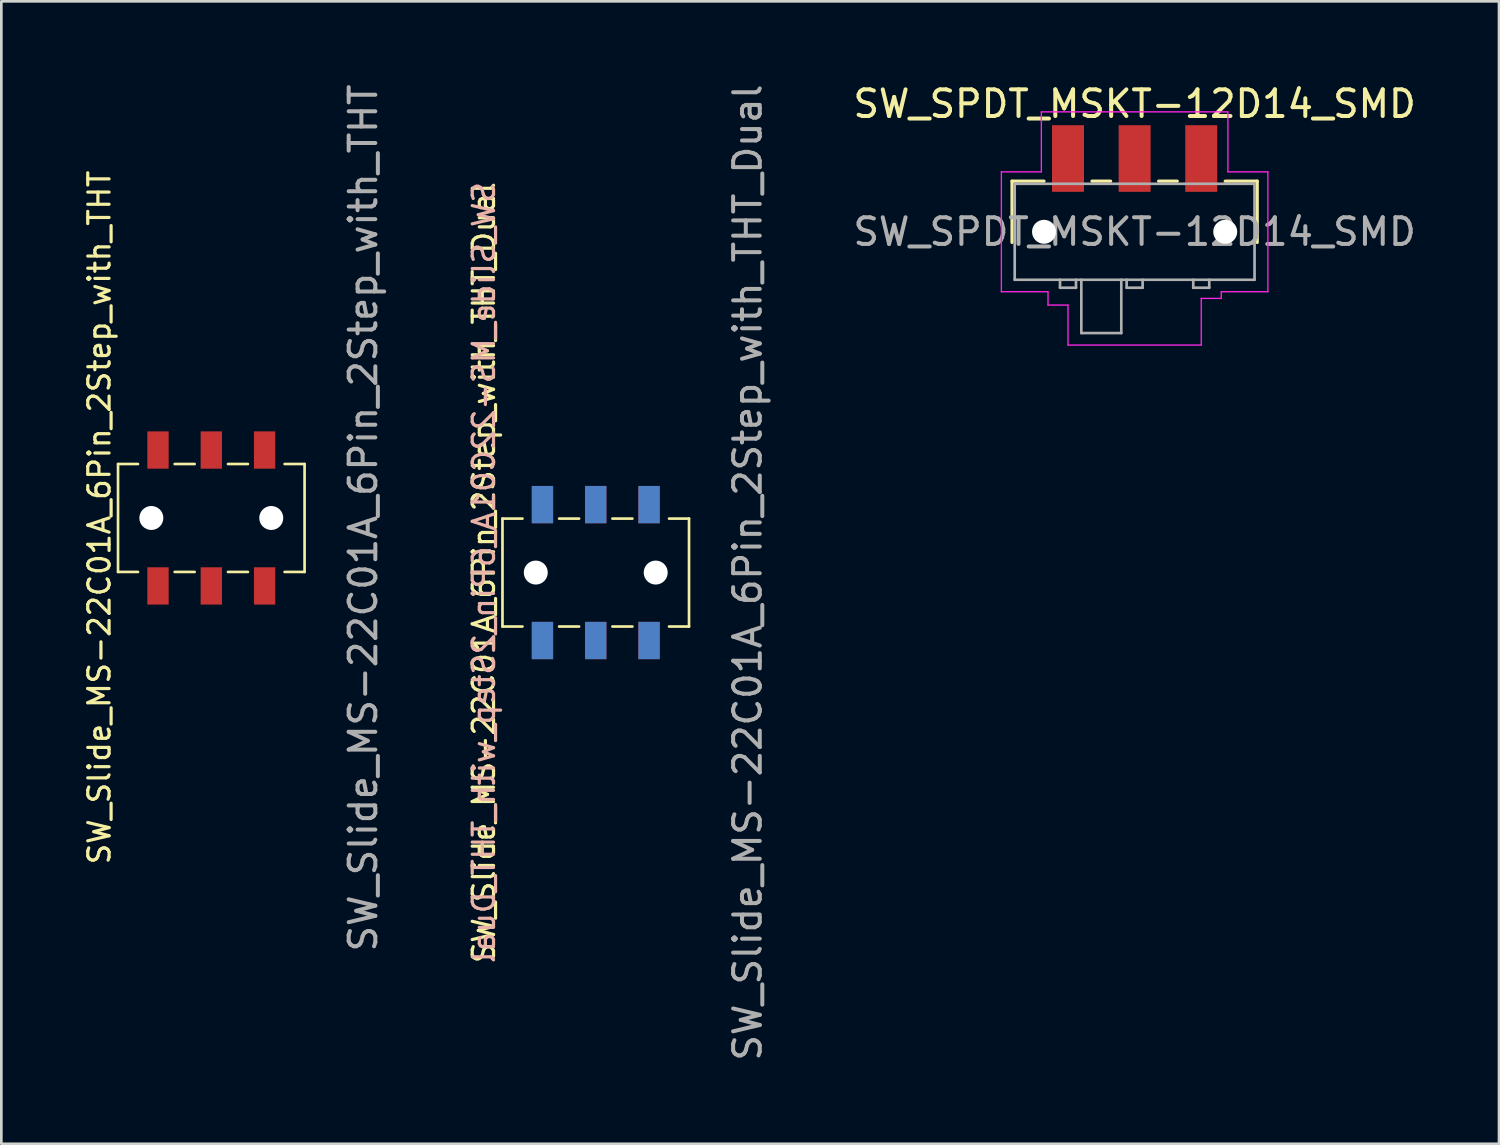
<source format=kicad_pcb>
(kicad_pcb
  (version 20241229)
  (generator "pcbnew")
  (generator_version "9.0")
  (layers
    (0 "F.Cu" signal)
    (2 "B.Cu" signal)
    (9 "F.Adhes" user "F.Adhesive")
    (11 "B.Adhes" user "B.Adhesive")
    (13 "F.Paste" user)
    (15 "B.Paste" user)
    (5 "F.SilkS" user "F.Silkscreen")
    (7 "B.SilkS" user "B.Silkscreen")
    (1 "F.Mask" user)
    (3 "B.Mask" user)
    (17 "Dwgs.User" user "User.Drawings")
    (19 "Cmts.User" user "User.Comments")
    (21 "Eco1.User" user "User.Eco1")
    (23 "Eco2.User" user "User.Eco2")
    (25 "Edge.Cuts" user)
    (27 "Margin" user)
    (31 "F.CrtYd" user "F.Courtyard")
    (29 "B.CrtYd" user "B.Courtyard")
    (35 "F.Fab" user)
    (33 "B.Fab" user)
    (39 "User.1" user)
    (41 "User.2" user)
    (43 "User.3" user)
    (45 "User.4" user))
  (footprint "SW_Slide_MS-22C01A_6Pin_2Step_with_THT_Dual"
    (layer "F.Cu")
    (at 19.305 18.435)
    (property "Reference" "SW_Slide_MS-22C01A_6Pin_2Step_with_THT_Dual" (at -4.2 0 90) (unlocked yes) (layer "F.SilkS") (effects (font (size 0.8 0.8) (thickness 0.12))))
    (property "REF" "${REFERENCE}" (at -4.2 0 270) (layer "B.SilkS") (effects (font (size 0.8 0.8) (thickness 0.12)) (justify mirror)))
    (attr smd)
    (fp_line (start -3.5 2.025) (end -3.5 -2.025) (stroke (width 0.1) (type solid)) (layer "F.SilkS"))
    (fp_line (start -2.75 -2.025) (end -3.5 -2.025) (stroke (width 0.1) (type solid)) (layer "F.SilkS"))
    (fp_line (start -2.75 2.025) (end -3.5 2.025) (stroke (width 0.1) (type solid)) (layer "F.SilkS"))
    (fp_line (start -0.625 -2.025) (end -1.375 -2.025) (stroke (width 0.1) (type solid)) (layer "F.SilkS"))
    (fp_line (start -0.625 2.025) (end -1.375 2.025) (stroke (width 0.1) (type solid)) (layer "F.SilkS"))
    (fp_line (start 1.375 -2.025) (end 0.625 -2.025) (stroke (width 0.1) (type solid)) (layer "F.SilkS"))
    (fp_line (start 1.375 2.025) (end 0.625 2.025) (stroke (width 0.1) (type solid)) (layer "F.SilkS"))
    (fp_line (start 3.5 -2.025) (end 2.75 -2.025) (stroke (width 0.1) (type solid)) (layer "F.SilkS"))
    (fp_line (start 3.5 2.025) (end 2.75 2.025) (stroke (width 0.1) (type solid)) (layer "F.SilkS"))
    (fp_line (start 3.5 2.025) (end 3.5 -2.025) (stroke (width 0.1) (type solid)) (layer "F.SilkS"))
    (fp_text user "${REFERENCE}" (at 5.7 0 90) (unlocked yes) (layer "F.Fab") (effects (font (size 1 1) (thickness 0.15))))
    (pad "" np_thru_hole circle (at -2.25 0 90) (size 0.9 0.9) (drill 0.9) (layers "*.Cu" "*.Mask"))
    (pad "" np_thru_hole circle (at 2.25 0 90) (size 0.9 0.9) (drill 0.9) (layers "*.Cu" "*.Mask"))
    (pad "1" smd trapezoid (at -2 -2.55 90) (size 1.4 0.8) (layers "F.Cu" "F.Mask" "F.Paste"))
    (pad "1" smd trapezoid (at -2 -2.55 270) (size 1.4 0.8) (layers "B.Cu" "B.Mask" "B.Paste"))
    (pad "2" smd trapezoid (at 0 -2.55 90) (size 1.4 0.8) (layers "F.Cu" "F.Mask" "F.Paste"))
    (pad "2" smd trapezoid (at 0 -2.55 270) (size 1.4 0.8) (layers "B.Cu" "B.Mask" "B.Paste"))
    (pad "3" smd trapezoid (at 2 -2.55 90) (size 1.4 0.8) (layers "F.Cu" "F.Mask" "F.Paste"))
    (pad "3" smd trapezoid (at 2 -2.55 270) (size 1.4 0.8) (layers "B.Cu" "B.Mask" "B.Paste"))
    (pad "4" smd trapezoid (at -2 2.55 90) (size 1.4 0.8) (layers "F.Cu" "F.Mask" "F.Paste"))
    (pad "4" smd trapezoid (at -2 2.55 270) (size 1.4 0.8) (layers "B.Cu" "B.Mask" "B.Paste"))
    (pad "5" smd trapezoid (at 0 2.55 90) (size 1.4 0.8) (layers "F.Cu" "F.Mask" "F.Paste"))
    (pad "5" smd trapezoid (at 0 2.55 270) (size 1.4 0.8) (layers "B.Cu" "B.Mask" "B.Paste"))
    (pad "6" smd trapezoid (at 2 2.55 90) (size 1.4 0.8) (layers "F.Cu" "F.Mask" "F.Paste"))
    (pad "6" smd trapezoid (at 2 2.55 270) (size 1.4 0.8) (layers "B.Cu" "B.Mask" "B.Paste")))
  (footprint "SW_SPDT_MSKT-12D14_SMD"
    (layer "F.Cu")
    (at 39.526 5.648)
    (property "Reference" "SW_SPDT_MSKT-12D14_SMD" (at 0 -4.8 0) (layer "F.SilkS") (effects (font (size 1 1) (thickness 0.15))))
    (attr smd)
    (fp_line (start -4.6 -1.9) (end -3.4 -1.9) (stroke (width 0.12) (type solid)) (layer "F.SilkS"))
    (fp_line (start -4.6 0.4) (end -4.6 -1.9) (stroke (width 0.12) (type solid)) (layer "F.SilkS"))
    (fp_line (start -0.9 -1.9) (end -1.6 -1.9) (stroke (width 0.12) (type solid)) (layer "F.SilkS"))
    (fp_line (start 1.6 -1.9) (end 0.9 -1.9) (stroke (width 0.12) (type solid)) (layer "F.SilkS"))
    (fp_line (start 3.4 -1.9) (end 4.6 -1.9) (stroke (width 0.12) (type solid)) (layer "F.SilkS"))
    (fp_line (start 4.6 -1.9) (end 4.6 0.4) (stroke (width 0.12) (type solid)) (layer "F.SilkS"))
    (fp_line (start -5 -2.25) (end -5 2.25) (stroke (width 0.05) (type solid)) (layer "F.CrtYd"))
    (fp_line (start -5 2.25) (end -3.25 2.25) (stroke (width 0.05) (type solid)) (layer "F.CrtYd"))
    (fp_line (start -3.5 -4.5) (end -3.5 -2.25) (stroke (width 0.05) (type solid)) (layer "F.CrtYd"))
    (fp_line (start -3.5 -2.25) (end -5 -2.25) (stroke (width 0.05) (type solid)) (layer "F.CrtYd"))
    (fp_line (start -3.25 2.25) (end -3.25 2.75) (stroke (width 0.05) (type solid)) (layer "F.CrtYd"))
    (fp_line (start -3.25 2.75) (end -2.5 2.75) (stroke (width 0.05) (type solid)) (layer "F.CrtYd"))
    (fp_line (start -2.5 2.75) (end -2.5 4.25) (stroke (width 0.05) (type solid)) (layer "F.CrtYd"))
    (fp_line (start -2.5 4.25) (end 2.5 4.25) (stroke (width 0.05) (type solid)) (layer "F.CrtYd"))
    (fp_line (start 2.5 2.5) (end 3.25 2.5) (stroke (width 0.05) (type solid)) (layer "F.CrtYd"))
    (fp_line (start 2.5 4.25) (end 2.5 2.5) (stroke (width 0.05) (type solid)) (layer "F.CrtYd"))
    (fp_line (start 3.25 2.25) (end 5 2.25) (stroke (width 0.05) (type solid)) (layer "F.CrtYd"))
    (fp_line (start 3.25 2.5) (end 3.25 2.25) (stroke (width 0.05) (type solid)) (layer "F.CrtYd"))
    (fp_line (start 3.5 -4.5) (end -3.5 -4.5) (stroke (width 0.05) (type solid)) (layer "F.CrtYd"))
    (fp_line (start 3.5 -2.25) (end 3.5 -4.5) (stroke (width 0.05) (type solid)) (layer "F.CrtYd"))
    (fp_line (start 5 -2.25) (end 3.5 -2.25) (stroke (width 0.05) (type solid)) (layer "F.CrtYd"))
    (fp_line (start 5 2.25) (end 5 -2.25) (stroke (width 0.05) (type solid)) (layer "F.CrtYd"))
    (fp_line (start -4.5 -1.8) (end -4.5 1.8) (stroke (width 0.1) (type solid)) (layer "F.Fab"))
    (fp_line (start -4.5 -1.8) (end 4.5 -1.8) (stroke (width 0.1) (type solid)) (layer "F.Fab"))
    (fp_line (start -2.8 2.1) (end -2.8 1.8) (stroke (width 0.1) (type solid)) (layer "F.Fab"))
    (fp_line (start -2.2 1.8) (end -2.2 2.1) (stroke (width 0.1) (type solid)) (layer "F.Fab"))
    (fp_line (start -2.2 2.1) (end -2.8 2.1) (stroke (width 0.1) (type solid)) (layer "F.Fab"))
    (fp_line (start -2 3.8) (end -2 1.8) (stroke (width 0.1) (type solid)) (layer "F.Fab"))
    (fp_line (start -0.5 1.8) (end -0.5 3.8) (stroke (width 0.1) (type solid)) (layer "F.Fab"))
    (fp_line (start -0.5 3.8) (end -2 3.8) (stroke (width 0.1) (type solid)) (layer "F.Fab"))
    (fp_line (start -0.3 2.1) (end -0.3 1.8) (stroke (width 0.1) (type solid)) (layer "F.Fab"))
    (fp_line (start 0.3 1.8) (end 0.3 2.1) (stroke (width 0.1) (type solid)) (layer "F.Fab"))
    (fp_line (start 0.3 2.1) (end -0.3 2.1) (stroke (width 0.1) (type solid)) (layer "F.Fab"))
    (fp_line (start 2.2 1.8) (end 2.2 2.1) (stroke (width 0.1) (type solid)) (layer "F.Fab"))
    (fp_line (start 2.2 2.1) (end 2.8 2.1) (stroke (width 0.1) (type solid)) (layer "F.Fab"))
    (fp_line (start 2.8 2.1) (end 2.8 1.8) (stroke (width 0.1) (type solid)) (layer "F.Fab"))
    (fp_line (start 4.5 -1.8) (end 4.5 1.8) (stroke (width 0.1) (type solid)) (layer "F.Fab"))
    (fp_line (start 4.5 1.8) (end -4.5 1.8) (stroke (width 0.1) (type solid)) (layer "F.Fab"))
    (fp_text user "${REFERENCE}" (at 0 0 0) (layer "F.Fab") (effects (font (size 1 1) (thickness 0.15))))
    (pad "" np_thru_hole circle (at -3.4 0) (size 0.9 0.9) (drill 0.9) (layers "*.Cu" "*.Mask"))
    (pad "" np_thru_hole circle (at 3.4 0) (size 0.9 0.9) (drill 0.9) (layers "*.Cu" "*.Mask"))
    (pad "1" smd trapezoid (at -2.5 -2.75) (size 1.2 2.5) (layers "F.Cu" "F.Mask" "F.Paste"))
    (pad "2" smd trapezoid (at 0 -2.75) (size 1.2 2.5) (layers "F.Cu" "F.Mask" "F.Paste"))
    (pad "3" smd trapezoid (at 2.5 -2.75) (size 1.2 2.5) (layers "F.Cu" "F.Mask" "F.Paste")))
  (footprint "SW_Slide_MS-22C01A_6Pin_2Step_with_THT"
    (layer "F.Cu")
    (at 4.879 16.387)
    (property "Reference" "SW_Slide_MS-22C01A_6Pin_2Step_with_THT" (at -4.2 -0.02 90) (unlocked yes) (layer "F.SilkS") (effects (font (size 0.8 0.8) (thickness 0.12))))
    (attr smd)
    (fp_line (start -3.5 2.025) (end -3.5 -2.025) (stroke (width 0.1) (type solid)) (layer "F.SilkS"))
    (fp_line (start -2.75 -2.025) (end -3.5 -2.025) (stroke (width 0.1) (type solid)) (layer "F.SilkS"))
    (fp_line (start -2.75 2.025) (end -3.5 2.025) (stroke (width 0.1) (type solid)) (layer "F.SilkS"))
    (fp_line (start -0.625 -2.025) (end -1.375 -2.025) (stroke (width 0.1) (type solid)) (layer "F.SilkS"))
    (fp_line (start -0.625 2.025) (end -1.375 2.025) (stroke (width 0.1) (type solid)) (layer "F.SilkS"))
    (fp_line (start 1.375 -2.025) (end 0.625 -2.025) (stroke (width 0.1) (type solid)) (layer "F.SilkS"))
    (fp_line (start 1.375 2.025) (end 0.625 2.025) (stroke (width 0.1) (type solid)) (layer "F.SilkS"))
    (fp_line (start 3.5 -2.025) (end 2.75 -2.025) (stroke (width 0.1) (type solid)) (layer "F.SilkS"))
    (fp_line (start 3.5 2.025) (end 2.75 2.025) (stroke (width 0.1) (type solid)) (layer "F.SilkS"))
    (fp_line (start 3.5 2.025) (end 3.5 -2.025) (stroke (width 0.1) (type solid)) (layer "F.SilkS"))
    (fp_text user "${REFERENCE}" (at 5.7 0 90) (unlocked yes) (layer "F.Fab") (effects (font (size 1 1) (thickness 0.15))))
    (pad "" np_thru_hole circle (at -2.25 0 90) (size 0.9 0.9) (drill 0.9) (layers "*.Cu" "*.Mask"))
    (pad "" np_thru_hole circle (at 2.25 0 90) (size 0.9 0.9) (drill 0.9) (layers "*.Cu" "*.Mask"))
    (pad "1" smd trapezoid (at -2 -2.55 90) (size 1.4 0.8) (layers "F.Cu" "F.Mask" "F.Paste"))
    (pad "2" smd trapezoid (at 0 -2.55 90) (size 1.4 0.8) (layers "F.Cu" "F.Mask" "F.Paste"))
    (pad "3" smd trapezoid (at 2 -2.55 90) (size 1.4 0.8) (layers "F.Cu" "F.Mask" "F.Paste"))
    (pad "4" smd trapezoid (at -2 2.55 90) (size 1.4 0.8) (layers "F.Cu" "F.Mask" "F.Paste"))
    (pad "5" smd trapezoid (at 0 2.55 90) (size 1.4 0.8) (layers "F.Cu" "F.Mask" "F.Paste"))
    (pad "6" smd trapezoid (at 2 2.55 90) (size 1.4 0.8) (layers "F.Cu" "F.Mask" "F.Paste")))
  (gr_rect
    (start -3 -3)
    (end 53.199 39.869)
    (stroke (width 0.1) (type default))
    (fill no)
    (layer "Edge.Cuts")))
</source>
